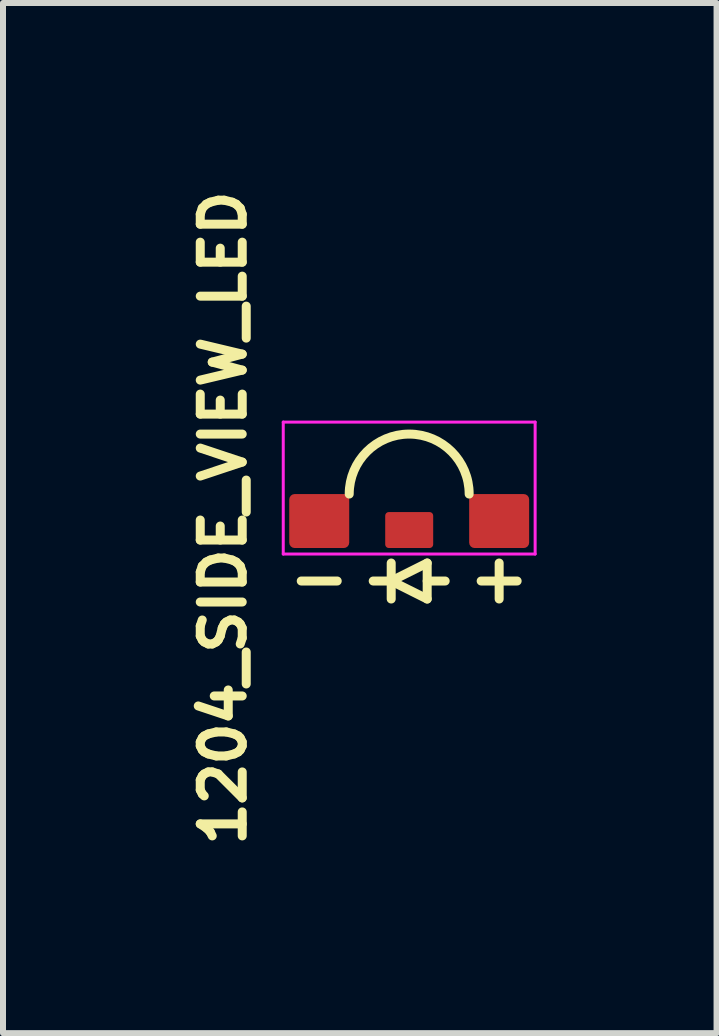
<source format=kicad_pcb>
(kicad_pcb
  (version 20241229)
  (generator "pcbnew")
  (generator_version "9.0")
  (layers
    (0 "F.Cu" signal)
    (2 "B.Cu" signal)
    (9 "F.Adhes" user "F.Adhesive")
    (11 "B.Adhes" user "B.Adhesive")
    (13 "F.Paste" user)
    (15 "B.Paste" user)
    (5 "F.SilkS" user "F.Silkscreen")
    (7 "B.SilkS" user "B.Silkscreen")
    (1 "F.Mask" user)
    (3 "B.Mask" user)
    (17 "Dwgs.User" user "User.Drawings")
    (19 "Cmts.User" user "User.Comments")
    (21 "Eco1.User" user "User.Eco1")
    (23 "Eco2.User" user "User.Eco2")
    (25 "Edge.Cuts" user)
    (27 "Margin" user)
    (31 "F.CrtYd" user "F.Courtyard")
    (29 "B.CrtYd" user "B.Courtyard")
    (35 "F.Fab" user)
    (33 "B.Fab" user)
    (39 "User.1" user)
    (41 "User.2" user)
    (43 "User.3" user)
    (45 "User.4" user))
  (footprint "1204_SIDE_VIEW_LED"
    (layer "F.Cu")
    (at 3.773 5.588)
    (property "Reference" "1204_SIDE_VIEW_LED" (at -3.1 0 90) (layer "F.SilkS") (effects (font (size 0.7 0.7) (thickness 0.15))))
    (attr through_hole)
    (fp_line (start -1.8 1.05) (end -1.2 1.05) (stroke (width 0.15) (type solid)) (layer "F.SilkS"))
    (fp_line (start -0.3 0.75) (end -0.3 1.35) (stroke (width 0.15) (type solid)) (layer "F.SilkS"))
    (fp_line (start -0.3 1.05) (end -0.6 1.05) (stroke (width 0.15) (type solid)) (layer "F.SilkS"))
    (fp_line (start -0.3 1.05) (end 0.3 0.75) (stroke (width 0.15) (type solid)) (layer "F.SilkS"))
    (fp_line (start 0.3 0.75) (end 0.3 1.35) (stroke (width 0.15) (type solid)) (layer "F.SilkS"))
    (fp_line (start 0.3 1.05) (end 0.6 1.05) (stroke (width 0.15) (type solid)) (layer "F.SilkS"))
    (fp_line (start 0.3 1.35) (end -0.3 1.05) (stroke (width 0.15) (type solid)) (layer "F.SilkS"))
    (fp_line (start 1.2 1.05) (end 1.8 1.05) (stroke (width 0.15) (type solid)) (layer "F.SilkS"))
    (fp_line (start 1.5 0.75) (end 1.5 1.35) (stroke (width 0.15) (type solid)) (layer "F.SilkS"))
    (fp_arc (start -1 -0.4) (mid 0 -1.4) (end 1 -0.4) (stroke (width 0.15) (type solid)) (layer "F.SilkS"))
    (fp_line (start -2.1 -1.6) (end -2.1 0.6) (stroke (width 0.05) (type solid)) (layer "F.CrtYd"))
    (fp_line (start -2.1 0.6) (end 2.1 0.6) (stroke (width 0.05) (type solid)) (layer "F.CrtYd"))
    (fp_line (start 2.1 -1.6) (end -2.1 -1.6) (stroke (width 0.05) (type solid)) (layer "F.CrtYd"))
    (fp_line (start 2.1 0.6) (end 2.1 -1.6) (stroke (width 0.05) (type solid)) (layer "F.CrtYd"))
    (pad "" smd roundrect (at 0 0.2) (size 0.8 0.6) (layers "F.Cu" "F.Mask" "F.Paste") (roundrect_rratio 0.1))
    (pad "1" smd roundrect (at -1.5 0.05) (size 1 0.9) (layers "F.Cu" "F.Mask" "F.Paste") (roundrect_rratio 0.1))
    (pad "2" smd roundrect (at 1.5 0.05) (size 1 0.9) (layers "F.Cu" "F.Mask" "F.Paste") (roundrect_rratio 0.1)))
  (gr_rect
    (start -3 -3)
    (end 8.898 14.177)
    (stroke (width 0.1) (type default))
    (fill no)
    (layer "Edge.Cuts")))
</source>
